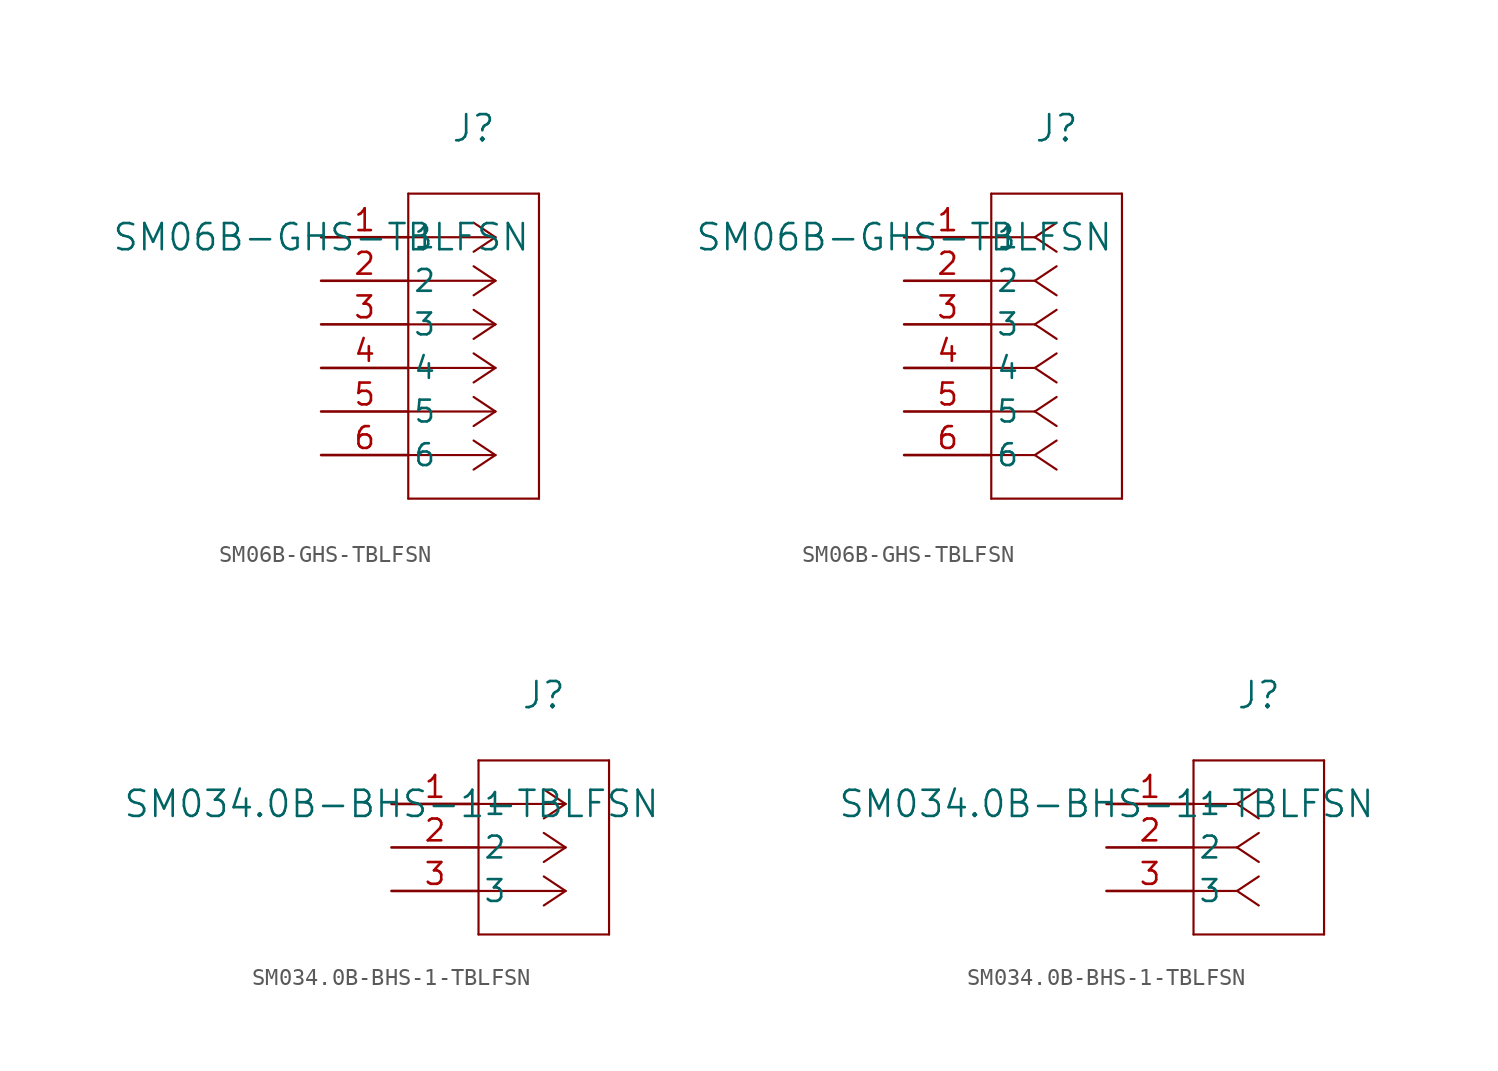
<source format=kicad_sym>
(kicad_symbol_lib
  (version 20220914)
  (generator kicad_symbol_editor)
  (symbol "SM06B-GHS-TBLFSN"
    (pin_names
      (offset 0.254))
    (property "Reference" "J"
      (at 8.89 6.35 0)
      (effects (font (size 1.524 1.524))))
    (property "Value" "SM06B-GHS-TBLFSN"
      (at 0 0 0)
      (effects (font (size 1.524 1.524))))
    (property "ki_locked" ""
      (at 0 0 0)
      (effects (font (size 1.27 1.27))))
    (symbol "SM06B-GHS-TBLFSN_1_1"
      (polyline (pts (xy 5.08 -15.24) (xy 12.7 -15.24)) (stroke (width 0.127) (type default)) (fill (type none)))
      (polyline (pts (xy 5.08 2.54) (xy 5.08 -15.24)) (stroke (width 0.127) (type default)) (fill (type none)))
      (polyline (pts (xy 10.16 -12.7) (xy 5.08 -12.7)) (stroke (width 0.127) (type default)) (fill (type none)))
      (polyline (pts (xy 10.16 -12.7) (xy 8.89 -13.547)) (stroke (width 0.127) (type default)) (fill (type none)))
      (polyline (pts (xy 10.16 -12.7) (xy 8.89 -11.853)) (stroke (width 0.127) (type default)) (fill (type none)))
      (polyline (pts (xy 10.16 -10.16) (xy 5.08 -10.16)) (stroke (width 0.127) (type default)) (fill (type none)))
      (polyline (pts (xy 10.16 -10.16) (xy 8.89 -11.007)) (stroke (width 0.127) (type default)) (fill (type none)))
      (polyline (pts (xy 10.16 -10.16) (xy 8.89 -9.313)) (stroke (width 0.127) (type default)) (fill (type none)))
      (polyline (pts (xy 10.16 -7.62) (xy 5.08 -7.62)) (stroke (width 0.127) (type default)) (fill (type none)))
      (polyline (pts (xy 10.16 -7.62) (xy 8.89 -8.467)) (stroke (width 0.127) (type default)) (fill (type none)))
      (polyline (pts (xy 10.16 -7.62) (xy 8.89 -6.773)) (stroke (width 0.127) (type default)) (fill (type none)))
      (polyline (pts (xy 10.16 -5.08) (xy 5.08 -5.08)) (stroke (width 0.127) (type default)) (fill (type none)))
      (polyline (pts (xy 10.16 -5.08) (xy 8.89 -5.927)) (stroke (width 0.127) (type default)) (fill (type none)))
      (polyline (pts (xy 10.16 -5.08) (xy 8.89 -4.233)) (stroke (width 0.127) (type default)) (fill (type none)))
      (polyline (pts (xy 10.16 -2.54) (xy 5.08 -2.54)) (stroke (width 0.127) (type default)) (fill (type none)))
      (polyline (pts (xy 10.16 -2.54) (xy 8.89 -3.387)) (stroke (width 0.127) (type default)) (fill (type none)))
      (polyline (pts (xy 10.16 -2.54) (xy 8.89 -1.693)) (stroke (width 0.127) (type default)) (fill (type none)))
      (polyline (pts (xy 10.16 0) (xy 5.08 0)) (stroke (width 0.127) (type default)) (fill (type none)))
      (polyline (pts (xy 10.16 0) (xy 8.89 -0.847)) (stroke (width 0.127) (type default)) (fill (type none)))
      (polyline (pts (xy 10.16 0) (xy 8.89 0.847)) (stroke (width 0.127) (type default)) (fill (type none)))
      (polyline (pts (xy 12.7 -15.24) (xy 12.7 2.54)) (stroke (width 0.127) (type default)) (fill (type none)))
      (polyline (pts (xy 12.7 2.54) (xy 5.08 2.54)) (stroke (width 0.127) (type default)) (fill (type none)))
      (pin unspecified line (at 0 0 0) (length 5.08) (name "1" (effects (font (size 1.27 1.27)))) (number "1" (effects (font (size 1.27 1.27)))))
      (pin unspecified line (at 0 -2.54 0) (length 5.08) (name "2" (effects (font (size 1.27 1.27)))) (number "2" (effects (font (size 1.27 1.27)))))
      (pin unspecified line (at 0 -5.08 0) (length 5.08) (name "3" (effects (font (size 1.27 1.27)))) (number "3" (effects (font (size 1.27 1.27)))))
      (pin unspecified line (at 0 -7.62 0) (length 5.08) (name "4" (effects (font (size 1.27 1.27)))) (number "4" (effects (font (size 1.27 1.27)))))
      (pin unspecified line (at 0 -10.16 0) (length 5.08) (name "5" (effects (font (size 1.27 1.27)))) (number "5" (effects (font (size 1.27 1.27)))))
      (pin unspecified line (at 0 -12.7 0) (length 5.08) (name "6" (effects (font (size 1.27 1.27)))) (number "6" (effects (font (size 1.27 1.27))))))
    (symbol "SM06B-GHS-TBLFSN_1_2"
      (polyline (pts (xy 5.08 -15.24) (xy 12.7 -15.24)) (stroke (width 0.127) (type default)) (fill (type none)))
      (polyline (pts (xy 5.08 2.54) (xy 5.08 -15.24)) (stroke (width 0.127) (type default)) (fill (type none)))
      (polyline (pts (xy 7.62 -12.7) (xy 5.08 -12.7)) (stroke (width 0.127) (type default)) (fill (type none)))
      (polyline (pts (xy 7.62 -12.7) (xy 8.89 -13.547)) (stroke (width 0.127) (type default)) (fill (type none)))
      (polyline (pts (xy 7.62 -12.7) (xy 8.89 -11.853)) (stroke (width 0.127) (type default)) (fill (type none)))
      (polyline (pts (xy 7.62 -10.16) (xy 5.08 -10.16)) (stroke (width 0.127) (type default)) (fill (type none)))
      (polyline (pts (xy 7.62 -10.16) (xy 8.89 -11.007)) (stroke (width 0.127) (type default)) (fill (type none)))
      (polyline (pts (xy 7.62 -10.16) (xy 8.89 -9.313)) (stroke (width 0.127) (type default)) (fill (type none)))
      (polyline (pts (xy 7.62 -7.62) (xy 5.08 -7.62)) (stroke (width 0.127) (type default)) (fill (type none)))
      (polyline (pts (xy 7.62 -7.62) (xy 8.89 -8.467)) (stroke (width 0.127) (type default)) (fill (type none)))
      (polyline (pts (xy 7.62 -7.62) (xy 8.89 -6.773)) (stroke (width 0.127) (type default)) (fill (type none)))
      (polyline (pts (xy 7.62 -5.08) (xy 5.08 -5.08)) (stroke (width 0.127) (type default)) (fill (type none)))
      (polyline (pts (xy 7.62 -5.08) (xy 8.89 -5.927)) (stroke (width 0.127) (type default)) (fill (type none)))
      (polyline (pts (xy 7.62 -5.08) (xy 8.89 -4.233)) (stroke (width 0.127) (type default)) (fill (type none)))
      (polyline (pts (xy 7.62 -2.54) (xy 5.08 -2.54)) (stroke (width 0.127) (type default)) (fill (type none)))
      (polyline (pts (xy 7.62 -2.54) (xy 8.89 -3.387)) (stroke (width 0.127) (type default)) (fill (type none)))
      (polyline (pts (xy 7.62 -2.54) (xy 8.89 -1.693)) (stroke (width 0.127) (type default)) (fill (type none)))
      (polyline (pts (xy 7.62 0) (xy 5.08 0)) (stroke (width 0.127) (type default)) (fill (type none)))
      (polyline (pts (xy 7.62 0) (xy 8.89 -0.847)) (stroke (width 0.127) (type default)) (fill (type none)))
      (polyline (pts (xy 7.62 0) (xy 8.89 0.847)) (stroke (width 0.127) (type default)) (fill (type none)))
      (polyline (pts (xy 12.7 -15.24) (xy 12.7 2.54)) (stroke (width 0.127) (type default)) (fill (type none)))
      (polyline (pts (xy 12.7 2.54) (xy 5.08 2.54)) (stroke (width 0.127) (type default)) (fill (type none)))
      (pin unspecified line (at 0 0 0) (length 5.08) (name "1" (effects (font (size 1.27 1.27)))) (number "1" (effects (font (size 1.27 1.27)))))
      (pin unspecified line (at 0 -2.54 0) (length 5.08) (name "2" (effects (font (size 1.27 1.27)))) (number "2" (effects (font (size 1.27 1.27)))))
      (pin unspecified line (at 0 -5.08 0) (length 5.08) (name "3" (effects (font (size 1.27 1.27)))) (number "3" (effects (font (size 1.27 1.27)))))
      (pin unspecified line (at 0 -7.62 0) (length 5.08) (name "4" (effects (font (size 1.27 1.27)))) (number "4" (effects (font (size 1.27 1.27)))))
      (pin unspecified line (at 0 -10.16 0) (length 5.08) (name "5" (effects (font (size 1.27 1.27)))) (number "5" (effects (font (size 1.27 1.27)))))
      (pin unspecified line (at 0 -12.7 0) (length 5.08) (name "6" (effects (font (size 1.27 1.27)))) (number "6" (effects (font (size 1.27 1.27)))))))
  (symbol "SM034.0B-BHS-1-TBLFSN"
    (pin_names
      (offset 0.254))
    (property "Reference" "J"
      (at 8.89 6.35 0)
      (effects (font (size 1.524 1.524))))
    (property "Value" "SM034.0B-BHS-1-TBLFSN"
      (at 0 0 0)
      (effects (font (size 1.524 1.524))))
    (property "ki_locked" ""
      (at 0 0 0)
      (effects (font (size 1.27 1.27))))
    (symbol "SM034.0B-BHS-1-TBLFSN_1_1"
      (polyline (pts (xy 5.08 -7.62) (xy 12.7 -7.62)) (stroke (width 0.127) (type default)) (fill (type none)))
      (polyline (pts (xy 5.08 2.54) (xy 5.08 -7.62)) (stroke (width 0.127) (type default)) (fill (type none)))
      (polyline (pts (xy 10.16 -5.08) (xy 5.08 -5.08)) (stroke (width 0.127) (type default)) (fill (type none)))
      (polyline (pts (xy 10.16 -5.08) (xy 8.89 -5.927)) (stroke (width 0.127) (type default)) (fill (type none)))
      (polyline (pts (xy 10.16 -5.08) (xy 8.89 -4.233)) (stroke (width 0.127) (type default)) (fill (type none)))
      (polyline (pts (xy 10.16 -2.54) (xy 5.08 -2.54)) (stroke (width 0.127) (type default)) (fill (type none)))
      (polyline (pts (xy 10.16 -2.54) (xy 8.89 -3.387)) (stroke (width 0.127) (type default)) (fill (type none)))
      (polyline (pts (xy 10.16 -2.54) (xy 8.89 -1.693)) (stroke (width 0.127) (type default)) (fill (type none)))
      (polyline (pts (xy 10.16 0) (xy 5.08 0)) (stroke (width 0.127) (type default)) (fill (type none)))
      (polyline (pts (xy 10.16 0) (xy 8.89 -0.847)) (stroke (width 0.127) (type default)) (fill (type none)))
      (polyline (pts (xy 10.16 0) (xy 8.89 0.847)) (stroke (width 0.127) (type default)) (fill (type none)))
      (polyline (pts (xy 12.7 -7.62) (xy 12.7 2.54)) (stroke (width 0.127) (type default)) (fill (type none)))
      (polyline (pts (xy 12.7 2.54) (xy 5.08 2.54)) (stroke (width 0.127) (type default)) (fill (type none)))
      (pin unspecified line (at 0 0 0) (length 5.08) (name "1" (effects (font (size 1.27 1.27)))) (number "1" (effects (font (size 1.27 1.27)))))
      (pin unspecified line (at 0 -2.54 0) (length 5.08) (name "2" (effects (font (size 1.27 1.27)))) (number "2" (effects (font (size 1.27 1.27)))))
      (pin unspecified line (at 0 -5.08 0) (length 5.08) (name "3" (effects (font (size 1.27 1.27)))) (number "3" (effects (font (size 1.27 1.27))))))
    (symbol "SM034.0B-BHS-1-TBLFSN_1_2"
      (polyline (pts (xy 5.08 -7.62) (xy 12.7 -7.62)) (stroke (width 0.127) (type default)) (fill (type none)))
      (polyline (pts (xy 5.08 2.54) (xy 5.08 -7.62)) (stroke (width 0.127) (type default)) (fill (type none)))
      (polyline (pts (xy 7.62 -5.08) (xy 5.08 -5.08)) (stroke (width 0.127) (type default)) (fill (type none)))
      (polyline (pts (xy 7.62 -5.08) (xy 8.89 -5.927)) (stroke (width 0.127) (type default)) (fill (type none)))
      (polyline (pts (xy 7.62 -5.08) (xy 8.89 -4.233)) (stroke (width 0.127) (type default)) (fill (type none)))
      (polyline (pts (xy 7.62 -2.54) (xy 5.08 -2.54)) (stroke (width 0.127) (type default)) (fill (type none)))
      (polyline (pts (xy 7.62 -2.54) (xy 8.89 -3.387)) (stroke (width 0.127) (type default)) (fill (type none)))
      (polyline (pts (xy 7.62 -2.54) (xy 8.89 -1.693)) (stroke (width 0.127) (type default)) (fill (type none)))
      (polyline (pts (xy 7.62 0) (xy 5.08 0)) (stroke (width 0.127) (type default)) (fill (type none)))
      (polyline (pts (xy 7.62 0) (xy 8.89 -0.847)) (stroke (width 0.127) (type default)) (fill (type none)))
      (polyline (pts (xy 7.62 0) (xy 8.89 0.847)) (stroke (width 0.127) (type default)) (fill (type none)))
      (polyline (pts (xy 12.7 -7.62) (xy 12.7 2.54)) (stroke (width 0.127) (type default)) (fill (type none)))
      (polyline (pts (xy 12.7 2.54) (xy 5.08 2.54)) (stroke (width 0.127) (type default)) (fill (type none)))
      (pin unspecified line (at 0 0 0) (length 5.08) (name "1" (effects (font (size 1.27 1.27)))) (number "1" (effects (font (size 1.27 1.27)))))
      (pin unspecified line (at 0 -2.54 0) (length 5.08) (name "2" (effects (font (size 1.27 1.27)))) (number "2" (effects (font (size 1.27 1.27)))))
      (pin unspecified line (at 0 -5.08 0) (length 5.08) (name "3" (effects (font (size 1.27 1.27)))) (number "3" (effects (font (size 1.27 1.27))))))))
</source>
